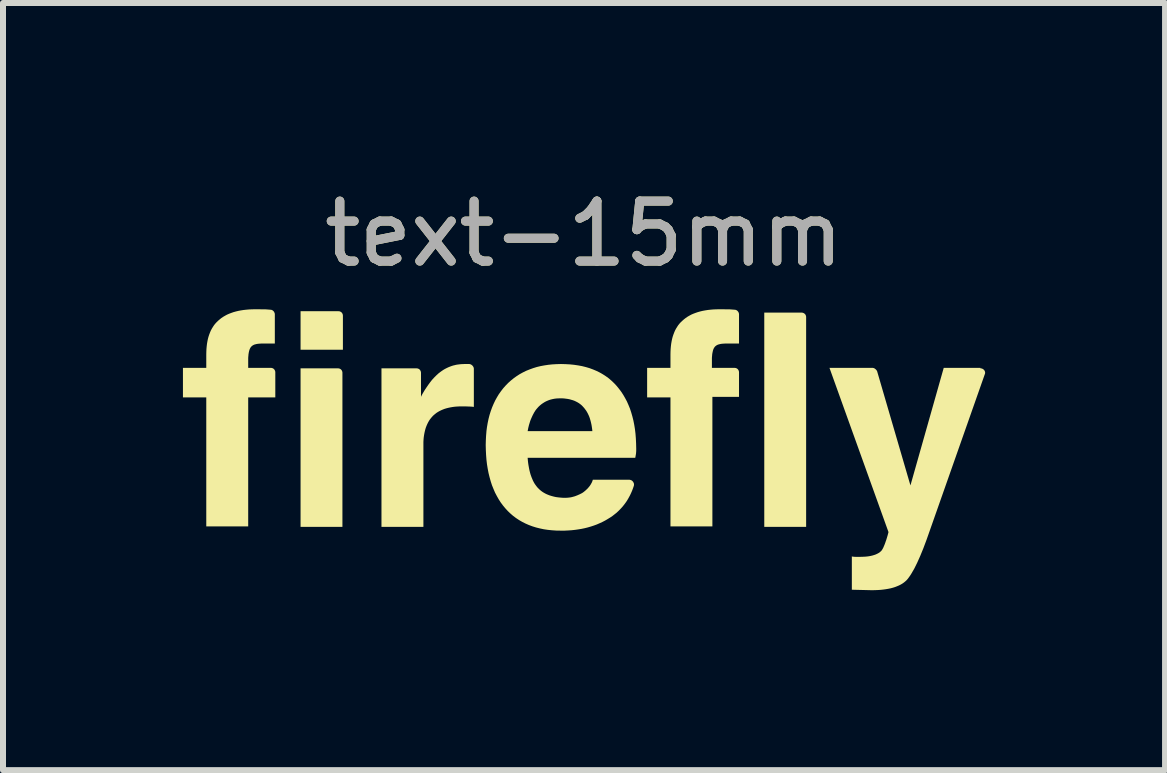
<source format=kicad_pcb>
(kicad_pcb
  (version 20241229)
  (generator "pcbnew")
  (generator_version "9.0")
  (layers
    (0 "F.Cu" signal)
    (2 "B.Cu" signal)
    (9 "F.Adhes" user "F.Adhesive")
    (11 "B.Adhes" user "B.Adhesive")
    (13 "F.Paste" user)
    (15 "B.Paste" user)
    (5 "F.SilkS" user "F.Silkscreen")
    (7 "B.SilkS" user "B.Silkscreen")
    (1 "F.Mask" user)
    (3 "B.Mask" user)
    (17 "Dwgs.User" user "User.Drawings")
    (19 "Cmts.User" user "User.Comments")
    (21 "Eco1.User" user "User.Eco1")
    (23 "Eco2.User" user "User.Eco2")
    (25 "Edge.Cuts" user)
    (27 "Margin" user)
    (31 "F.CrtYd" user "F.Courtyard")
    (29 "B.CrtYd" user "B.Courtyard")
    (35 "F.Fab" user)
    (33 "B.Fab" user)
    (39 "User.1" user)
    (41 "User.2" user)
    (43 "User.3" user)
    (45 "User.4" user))
  (footprint "text-15mm"
    (layer "F.Cu")
    (at 6.687 4.448)
    (property "Reference" "text-15mm" (at 0 -3.6 0) (unlocked yes) (layer "F.SilkS") (effects (font (size 1 1) (thickness 0.15))))
    (attr smd)
    (fp_poly (pts (xy -4.103 -1.357) (xy -4.098 -1.357) (xy -4.094 -1.356) (xy -4.09 -1.356) (xy -4.086 -1.355) (xy -4.082 -1.354) (xy -4.078 -1.353) (xy -4.075 -1.352) (xy -4.071 -1.35) (xy -4.068 -1.348) (xy -4.064 -1.347) (xy -4.061 -1.345) (xy -4.058 -1.343) (xy -4.055 -1.34) (xy -4.052 -1.338) (xy -4.05 -1.335) (xy -4.047 -1.333) (xy -4.045 -1.33) (xy -4.042 -1.327) (xy -4.04 -1.324) (xy -4.038 -1.321) (xy -4.037 -1.317) (xy -4.035 -1.314) (xy -4.034 -1.31) (xy -4.032 -1.307) (xy -4.031 -1.303) (xy -4.03 -1.299) (xy -4.029 -1.295) (xy -4.029 -1.291) (xy -4.028 -1.287) (xy -4.028 -1.282) (xy -4.028 -1.278) (xy -4.028 1.286) (xy -4.726 1.286) (xy -4.726 -1.357) (xy -4.107 -1.357)) (stroke (width 0) (type solid)) (fill yes) (layer "F.SilkS"))
    (fp_poly (pts (xy -4.095 -2.31) (xy -4.091 -2.309) (xy -4.086 -2.309) (xy -4.082 -2.308) (xy -4.078 -2.308) (xy -4.074 -2.307) (xy -4.07 -2.305) (xy -4.067 -2.304) (xy -4.063 -2.303) (xy -4.06 -2.301) (xy -4.056 -2.299) (xy -4.053 -2.297) (xy -4.05 -2.295) (xy -4.047 -2.293) (xy -4.044 -2.291) (xy -4.042 -2.288) (xy -4.039 -2.285) (xy -4.037 -2.282) (xy -4.035 -2.28) (xy -4.032 -2.276) (xy -4.03 -2.273) (xy -4.029 -2.27) (xy -4.027 -2.267) (xy -4.026 -2.263) (xy -4.024 -2.259) (xy -4.023 -2.255) (xy -4.022 -2.252) (xy -4.021 -2.248) (xy -4.021 -2.243) (xy -4.02 -2.239) (xy -4.02 -2.235) (xy -4.02 -2.23) (xy -4.02 -1.667) (xy -4.726 -1.667) (xy -4.726 -2.31) (xy -4.099 -2.31)) (stroke (width 0) (type solid)) (fill yes) (layer "F.SilkS"))
    (fp_poly (pts (xy 3.628 -2.286) (xy 3.633 -2.286) (xy 3.637 -2.285) (xy 3.641 -2.285) (xy 3.645 -2.284) (xy 3.649 -2.283) (xy 3.653 -2.282) (xy 3.656 -2.28) (xy 3.66 -2.279) (xy 3.663 -2.277) (xy 3.667 -2.275) (xy 3.67 -2.273) (xy 3.673 -2.271) (xy 3.676 -2.269) (xy 3.679 -2.267) (xy 3.681 -2.264) (xy 3.684 -2.261) (xy 3.686 -2.259) (xy 3.689 -2.256) (xy 3.691 -2.253) (xy 3.693 -2.249) (xy 3.694 -2.246) (xy 3.696 -2.243) (xy 3.698 -2.239) (xy 3.699 -2.235) (xy 3.7 -2.232) (xy 3.701 -2.228) (xy 3.702 -2.224) (xy 3.702 -2.22) (xy 3.703 -2.215) (xy 3.703 -2.211) (xy 3.703 -2.207) (xy 3.703 1.286) (xy 3.005 1.286) (xy 3.005 -2.286) (xy 3.624 -2.286)) (stroke (width 0) (type solid)) (fill yes) (layer "F.SilkS"))
    (fp_poly (pts (xy 4.81 -1.365) (xy 4.813 -1.365) (xy 4.816 -1.365) (xy 4.818 -1.364) (xy 4.824 -1.363) (xy 4.83 -1.361) (xy 4.836 -1.359) (xy 4.842 -1.356) (xy 4.847 -1.353) (xy 4.852 -1.349) (xy 4.857 -1.345) (xy 4.862 -1.341) (xy 4.867 -1.337) (xy 4.871 -1.332) (xy 4.875 -1.327) (xy 4.879 -1.321) (xy 4.883 -1.316) (xy 4.886 -1.31) (xy 5.442 0.595) (xy 5.997 -1.365) (xy 6.608 -1.365) (xy 6.608 -1.357) (xy 6.614 -1.357) (xy 6.619 -1.357) (xy 6.624 -1.356) (xy 6.628 -1.355) (xy 6.633 -1.353) (xy 6.638 -1.352) (xy 6.642 -1.35) (xy 6.646 -1.348) (xy 6.65 -1.346) (xy 6.654 -1.343) (xy 6.658 -1.34) (xy 6.662 -1.337) (xy 6.665 -1.334) (xy 6.668 -1.331) (xy 6.671 -1.327) (xy 6.674 -1.324) (xy 6.676 -1.32) (xy 6.679 -1.316) (xy 6.681 -1.312) (xy 6.682 -1.308) (xy 6.684 -1.303) (xy 6.685 -1.299) (xy 6.686 -1.295) (xy 6.687 -1.29) (xy 6.687 -1.286) (xy 6.687 -1.281) (xy 6.687 -1.277) (xy 6.686 -1.272) (xy 6.685 -1.268) (xy 6.684 -1.263) (xy 6.682 -1.259) (xy 6.68 -1.254) (xy 5.767 1.341) (xy 5.711 1.5) (xy 5.657 1.644) (xy 5.605 1.771) (xy 5.555 1.883) (xy 5.507 1.98) (xy 5.461 2.06) (xy 5.439 2.095) (xy 5.418 2.125) (xy 5.398 2.152) (xy 5.378 2.175) (xy 5.356 2.195) (xy 5.333 2.214) (xy 5.307 2.232) (xy 5.28 2.248) (xy 5.25 2.263) (xy 5.219 2.276) (xy 5.186 2.289) (xy 5.151 2.3) (xy 5.114 2.31) (xy 5.075 2.318) (xy 5.034 2.325) (xy 4.991 2.331) (xy 4.946 2.336) (xy 4.899 2.339) (xy 4.85 2.341) (xy 4.799 2.342) (xy 4.465 2.334) (xy 4.465 1.778) (xy 4.469 1.779) (xy 4.473 1.781) (xy 4.478 1.782) (xy 4.483 1.783) (xy 4.489 1.783) (xy 4.496 1.784) (xy 4.504 1.785) (xy 4.512 1.785) (xy 4.53 1.786) (xy 4.551 1.786) (xy 4.6 1.786) (xy 4.634 1.785) (xy 4.666 1.784) (xy 4.697 1.782) (xy 4.727 1.779) (xy 4.755 1.775) (xy 4.781 1.77) (xy 4.807 1.764) (xy 4.83 1.757) (xy 4.853 1.75) (xy 4.874 1.741) (xy 4.893 1.732) (xy 4.911 1.722) (xy 4.927 1.712) (xy 4.941 1.7) (xy 4.954 1.688) (xy 4.965 1.675) (xy 4.971 1.665) (xy 4.978 1.654) (xy 4.984 1.642) (xy 4.991 1.629) (xy 4.997 1.614) (xy 5.004 1.598) (xy 5.011 1.581) (xy 5.018 1.563) (xy 5.025 1.543) (xy 5.032 1.522) (xy 5.04 1.5) (xy 5.047 1.477) (xy 5.062 1.427) (xy 5.076 1.373) (xy 4.092 -1.365) (xy 4.807 -1.365)) (stroke (width 0) (type solid)) (fill yes) (layer "F.SilkS"))
    (fp_poly (pts (xy -1.913 -1.429) (xy -1.909 -1.428) (xy -1.905 -1.428) (xy -1.902 -1.427) (xy -1.898 -1.426) (xy -1.894 -1.425) (xy -1.891 -1.423) (xy -1.887 -1.422) (xy -1.884 -1.42) (xy -1.88 -1.418) (xy -1.877 -1.416) (xy -1.874 -1.414) (xy -1.871 -1.412) (xy -1.868 -1.409) (xy -1.865 -1.407) (xy -1.862 -1.404) (xy -1.859 -1.401) (xy -1.857 -1.398) (xy -1.854 -1.395) (xy -1.852 -1.392) (xy -1.85 -1.389) (xy -1.847 -1.385) (xy -1.846 -1.382) (xy -1.844 -1.379) (xy -1.842 -1.375) (xy -1.841 -1.371) (xy -1.84 -1.368) (xy -1.839 -1.364) (xy -1.838 -1.361) (xy -1.838 -1.357) (xy -1.837 -1.353) (xy -1.837 -1.349) (xy -1.837 -0.714) (xy -1.861 -0.717) (xy -1.886 -0.719) (xy -1.911 -0.72) (xy -1.937 -0.721) (xy -1.963 -0.722) (xy -1.99 -0.722) (xy -2.043 -0.722) (xy -2.083 -0.722) (xy -2.121 -0.72) (xy -2.158 -0.717) (xy -2.194 -0.712) (xy -2.228 -0.706) (xy -2.261 -0.699) (xy -2.293 -0.691) (xy -2.323 -0.682) (xy -2.352 -0.671) (xy -2.38 -0.659) (xy -2.407 -0.646) (xy -2.432 -0.632) (xy -2.456 -0.617) (xy -2.478 -0.6) (xy -2.5 -0.582) (xy -2.52 -0.564) (xy -2.538 -0.544) (xy -2.556 -0.522) (xy -2.573 -0.5) (xy -2.588 -0.476) (xy -2.602 -0.451) (xy -2.615 -0.424) (xy -2.627 -0.396) (xy -2.638 -0.367) (xy -2.647 -0.337) (xy -2.655 -0.305) (xy -2.662 -0.272) (xy -2.668 -0.238) (xy -2.673 -0.202) (xy -2.676 -0.165) (xy -2.678 -0.127) (xy -2.678 -0.087) (xy -2.678 1.286) (xy -3.377 1.286) (xy -3.377 -1.357) (xy -2.798 -1.357) (xy -2.793 -1.357) (xy -2.789 -1.357) (xy -2.785 -1.356) (xy -2.78 -1.356) (xy -2.776 -1.355) (xy -2.772 -1.354) (xy -2.769 -1.353) (xy -2.765 -1.352) (xy -2.761 -1.35) (xy -2.758 -1.348) (xy -2.755 -1.347) (xy -2.751 -1.345) (xy -2.748 -1.343) (xy -2.745 -1.34) (xy -2.743 -1.338) (xy -2.74 -1.335) (xy -2.737 -1.333) (xy -2.735 -1.33) (xy -2.733 -1.327) (xy -2.731 -1.324) (xy -2.729 -1.321) (xy -2.727 -1.317) (xy -2.725 -1.314) (xy -2.724 -1.31) (xy -2.723 -1.307) (xy -2.721 -1.303) (xy -2.72 -1.299) (xy -2.72 -1.295) (xy -2.719 -1.291) (xy -2.718 -1.287) (xy -2.718 -1.282) (xy -2.718 -1.278) (xy -2.718 -0.881) (xy -2.714 -0.891) (xy -2.709 -0.902) (xy -2.699 -0.921) (xy -2.688 -0.941) (xy -2.677 -0.959) (xy -2.666 -0.978) (xy -2.655 -0.996) (xy -2.631 -1.032) (xy -2.599 -1.079) (xy -2.566 -1.124) (xy -2.533 -1.166) (xy -2.498 -1.204) (xy -2.462 -1.24) (xy -2.426 -1.273) (xy -2.388 -1.302) (xy -2.349 -1.329) (xy -2.329 -1.341) (xy -2.309 -1.352) (xy -2.289 -1.362) (xy -2.268 -1.372) (xy -2.247 -1.381) (xy -2.226 -1.389) (xy -2.204 -1.397) (xy -2.182 -1.404) (xy -2.16 -1.409) (xy -2.137 -1.415) (xy -2.115 -1.419) (xy -2.091 -1.422) (xy -2.068 -1.425) (xy -2.044 -1.427) (xy -2.02 -1.428) (xy -1.996 -1.429) (xy -1.916 -1.429)) (stroke (width 0) (type solid)) (fill yes) (layer "F.SilkS"))
    (fp_poly (pts (xy -5.379 -2.341) (xy -5.327 -2.341) (xy -5.301 -2.34) (xy -5.275 -2.338) (xy -5.251 -2.336) (xy -5.226 -2.334) (xy -5.223 -2.334) (xy -5.219 -2.333) (xy -5.215 -2.333) (xy -5.212 -2.332) (xy -5.208 -2.331) (xy -5.205 -2.33) (xy -5.202 -2.328) (xy -5.198 -2.327) (xy -5.195 -2.325) (xy -5.192 -2.323) (xy -5.189 -2.321) (xy -5.186 -2.319) (xy -5.184 -2.317) (xy -5.181 -2.314) (xy -5.178 -2.312) (xy -5.176 -2.309) (xy -5.173 -2.306) (xy -5.171 -2.303) (xy -5.169 -2.3) (xy -5.167 -2.297) (xy -5.165 -2.294) (xy -5.164 -2.29) (xy -5.162 -2.287) (xy -5.161 -2.283) (xy -5.159 -2.28) (xy -5.158 -2.276) (xy -5.157 -2.273) (xy -5.156 -2.269) (xy -5.156 -2.265) (xy -5.155 -2.262) (xy -5.155 -2.258) (xy -5.155 -2.254) (xy -5.155 -1.77) (xy -5.369 -1.77) (xy -5.385 -1.77) (xy -5.401 -1.769) (xy -5.416 -1.768) (xy -5.43 -1.767) (xy -5.444 -1.765) (xy -5.457 -1.763) (xy -5.47 -1.76) (xy -5.481 -1.757) (xy -5.493 -1.754) (xy -5.503 -1.75) (xy -5.513 -1.745) (xy -5.522 -1.74) (xy -5.531 -1.734) (xy -5.538 -1.728) (xy -5.545 -1.722) (xy -5.552 -1.714) (xy -5.558 -1.707) (xy -5.563 -1.698) (xy -5.568 -1.689) (xy -5.573 -1.679) (xy -5.577 -1.668) (xy -5.581 -1.656) (xy -5.584 -1.643) (xy -5.588 -1.629) (xy -5.59 -1.615) (xy -5.593 -1.599) (xy -5.595 -1.582) (xy -5.596 -1.565) (xy -5.598 -1.546) (xy -5.599 -1.527) (xy -5.599 -1.506) (xy -5.599 -1.484) (xy -5.599 -1.365) (xy -5.226 -1.365) (xy -5.222 -1.365) (xy -5.218 -1.365) (xy -5.213 -1.364) (xy -5.209 -1.364) (xy -5.205 -1.363) (xy -5.201 -1.362) (xy -5.198 -1.361) (xy -5.194 -1.36) (xy -5.19 -1.358) (xy -5.187 -1.356) (xy -5.184 -1.355) (xy -5.18 -1.353) (xy -5.177 -1.351) (xy -5.174 -1.348) (xy -5.172 -1.346) (xy -5.169 -1.343) (xy -5.166 -1.341) (xy -5.164 -1.338) (xy -5.162 -1.335) (xy -5.16 -1.332) (xy -5.158 -1.329) (xy -5.156 -1.325) (xy -5.154 -1.322) (xy -5.153 -1.318) (xy -5.151 -1.315) (xy -5.15 -1.311) (xy -5.149 -1.307) (xy -5.148 -1.303) (xy -5.148 -1.299) (xy -5.147 -1.295) (xy -5.147 -1.29) (xy -5.147 -1.286) (xy -5.147 -0.873) (xy -5.599 -0.873) (xy -5.599 1.278) (xy -6.298 1.278) (xy -6.298 -0.873) (xy -6.687 -0.873) (xy -6.687 -1.365) (xy -6.298 -1.365) (xy -6.298 -1.587) (xy -6.297 -1.634) (xy -6.295 -1.68) (xy -6.291 -1.724) (xy -6.286 -1.766) (xy -6.279 -1.807) (xy -6.271 -1.846) (xy -6.261 -1.884) (xy -6.249 -1.92) (xy -6.236 -1.954) (xy -6.222 -1.987) (xy -6.205 -2.019) (xy -6.187 -2.048) (xy -6.168 -2.077) (xy -6.147 -2.103) (xy -6.124 -2.128) (xy -6.1 -2.151) (xy -6.073 -2.174) (xy -6.046 -2.196) (xy -6.016 -2.216) (xy -5.985 -2.234) (xy -5.952 -2.252) (xy -5.918 -2.267) (xy -5.881 -2.281) (xy -5.844 -2.294) (xy -5.804 -2.305) (xy -5.763 -2.315) (xy -5.72 -2.323) (xy -5.675 -2.33) (xy -5.629 -2.335) (xy -5.581 -2.339) (xy -5.532 -2.341) (xy -5.48 -2.342) (xy -5.433 -2.342)) (stroke (width 0) (type solid)) (fill yes) (layer "F.SilkS"))
    (fp_poly (pts (xy 2.36 -2.341) (xy 2.412 -2.341) (xy 2.438 -2.34) (xy 2.464 -2.338) (xy 2.489 -2.336) (xy 2.513 -2.334) (xy 2.516 -2.334) (xy 2.52 -2.333) (xy 2.524 -2.333) (xy 2.527 -2.332) (xy 2.531 -2.331) (xy 2.534 -2.33) (xy 2.537 -2.328) (xy 2.541 -2.327) (xy 2.544 -2.325) (xy 2.547 -2.323) (xy 2.55 -2.321) (xy 2.553 -2.319) (xy 2.556 -2.317) (xy 2.558 -2.314) (xy 2.561 -2.312) (xy 2.563 -2.309) (xy 2.566 -2.306) (xy 2.568 -2.303) (xy 2.57 -2.3) (xy 2.572 -2.297) (xy 2.574 -2.294) (xy 2.576 -2.29) (xy 2.577 -2.287) (xy 2.579 -2.283) (xy 2.58 -2.28) (xy 2.581 -2.276) (xy 2.582 -2.273) (xy 2.583 -2.269) (xy 2.583 -2.265) (xy 2.584 -2.262) (xy 2.584 -2.258) (xy 2.584 -2.254) (xy 2.584 -1.77) (xy 2.362 -1.77) (xy 2.346 -1.77) (xy 2.33 -1.769) (xy 2.315 -1.768) (xy 2.301 -1.767) (xy 2.287 -1.765) (xy 2.274 -1.763) (xy 2.262 -1.76) (xy 2.25 -1.757) (xy 2.239 -1.754) (xy 2.228 -1.75) (xy 2.218 -1.745) (xy 2.209 -1.74) (xy 2.2 -1.734) (xy 2.193 -1.728) (xy 2.186 -1.722) (xy 2.179 -1.714) (xy 2.174 -1.707) (xy 2.168 -1.698) (xy 2.163 -1.689) (xy 2.158 -1.679) (xy 2.154 -1.668) (xy 2.15 -1.656) (xy 2.147 -1.643) (xy 2.144 -1.629) (xy 2.141 -1.615) (xy 2.138 -1.599) (xy 2.136 -1.582) (xy 2.135 -1.565) (xy 2.133 -1.546) (xy 2.132 -1.527) (xy 2.132 -1.506) (xy 2.132 -1.484) (xy 2.132 -1.365) (xy 2.505 -1.365) (xy 2.509 -1.365) (xy 2.513 -1.365) (xy 2.518 -1.364) (xy 2.522 -1.364) (xy 2.526 -1.363) (xy 2.53 -1.362) (xy 2.534 -1.361) (xy 2.537 -1.36) (xy 2.541 -1.358) (xy 2.544 -1.356) (xy 2.548 -1.355) (xy 2.551 -1.353) (xy 2.554 -1.351) (xy 2.557 -1.348) (xy 2.56 -1.346) (xy 2.562 -1.343) (xy 2.565 -1.341) (xy 2.567 -1.338) (xy 2.569 -1.335) (xy 2.572 -1.332) (xy 2.574 -1.329) (xy 2.575 -1.325) (xy 2.577 -1.322) (xy 2.578 -1.318) (xy 2.58 -1.315) (xy 2.581 -1.311) (xy 2.582 -1.307) (xy 2.583 -1.303) (xy 2.583 -1.299) (xy 2.584 -1.295) (xy 2.584 -1.29) (xy 2.584 -1.286) (xy 2.584 -0.881) (xy 2.14 -0.881) (xy 2.14 1.278) (xy 1.441 1.278) (xy 1.441 -0.873) (xy 1.052 -0.873) (xy 1.052 -1.365) (xy 1.441 -1.365) (xy 1.441 -1.587) (xy 1.442 -1.634) (xy 1.444 -1.68) (xy 1.448 -1.724) (xy 1.453 -1.766) (xy 1.46 -1.807) (xy 1.468 -1.846) (xy 1.478 -1.884) (xy 1.49 -1.92) (xy 1.503 -1.954) (xy 1.517 -1.987) (xy 1.534 -2.019) (xy 1.552 -2.048) (xy 1.571 -2.077) (xy 1.592 -2.103) (xy 1.615 -2.128) (xy 1.64 -2.151) (xy 1.666 -2.174) (xy 1.694 -2.196) (xy 1.723 -2.216) (xy 1.754 -2.234) (xy 1.787 -2.252) (xy 1.821 -2.267) (xy 1.858 -2.281) (xy 1.896 -2.294) (xy 1.935 -2.305) (xy 1.976 -2.315) (xy 2.019 -2.323) (xy 2.064 -2.33) (xy 2.11 -2.335) (xy 2.158 -2.339) (xy 2.207 -2.341) (xy 2.259 -2.342) (xy 2.306 -2.342)) (stroke (width 0) (type solid)) (fill yes) (layer "F.SilkS"))
    (fp_poly (pts (xy -0.31 -1.427) (xy -0.237 -1.423) (xy -0.167 -1.416) (xy -0.099 -1.406) (xy -0.033 -1.394) (xy 0.031 -1.378) (xy 0.092 -1.36) (xy 0.151 -1.338) (xy 0.208 -1.314) (xy 0.263 -1.287) (xy 0.315 -1.257) (xy 0.366 -1.224) (xy 0.414 -1.189) (xy 0.459 -1.15) (xy 0.503 -1.108) (xy 0.544 -1.064) (xy 0.583 -1.016) (xy 0.62 -0.967) (xy 0.654 -0.915) (xy 0.685 -0.861) (xy 0.715 -0.805) (xy 0.741 -0.746) (xy 0.766 -0.685) (xy 0.787 -0.621) (xy 0.806 -0.555) (xy 0.823 -0.487) (xy 0.837 -0.416) (xy 0.849 -0.343) (xy 0.858 -0.267) (xy 0.864 -0.188) (xy 0.868 -0.107) (xy 0.87 -0.024) (xy 0.87 0.016) (xy 0.87 0.023) (xy 0.869 0.031) (xy 0.868 0.046) (xy 0.867 0.061) (xy 0.865 0.075) (xy 0.862 0.09) (xy 0.86 0.105) (xy 0.854 0.135) (xy -0.94 0.135) (xy -0.937 0.173) (xy -0.933 0.21) (xy -0.928 0.246) (xy -0.922 0.281) (xy -0.916 0.314) (xy -0.909 0.347) (xy -0.901 0.378) (xy -0.893 0.408) (xy -0.883 0.437) (xy -0.873 0.464) (xy -0.862 0.49) (xy -0.851 0.516) (xy -0.839 0.539) (xy -0.826 0.562) (xy -0.812 0.583) (xy -0.797 0.603) (xy -0.788 0.615) (xy -0.779 0.626) (xy -0.769 0.637) (xy -0.758 0.648) (xy -0.747 0.659) (xy -0.736 0.669) (xy -0.713 0.688) (xy -0.688 0.706) (xy -0.661 0.722) (xy -0.633 0.737) (xy -0.603 0.75) (xy -0.572 0.762) (xy -0.539 0.772) (xy -0.505 0.781) (xy -0.469 0.789) (xy -0.432 0.794) (xy -0.394 0.798) (xy -0.354 0.801) (xy -0.313 0.802) (xy -0.294 0.801) (xy -0.275 0.8) (xy -0.256 0.798) (xy -0.237 0.796) (xy -0.218 0.793) (xy -0.2 0.789) (xy -0.182 0.784) (xy -0.163 0.779) (xy -0.145 0.773) (xy -0.127 0.766) (xy -0.109 0.759) (xy -0.091 0.751) (xy -0.073 0.743) (xy -0.055 0.734) (xy -0.037 0.725) (xy -0.019 0.714) (xy -0.003 0.702) (xy 0.012 0.69) (xy 0.026 0.678) (xy 0.04 0.665) (xy 0.053 0.653) (xy 0.065 0.64) (xy 0.077 0.626) (xy 0.088 0.613) (xy 0.098 0.6) (xy 0.107 0.586) (xy 0.116 0.572) (xy 0.123 0.558) (xy 0.131 0.544) (xy 0.137 0.529) (xy 0.142 0.515) (xy 0.147 0.5) (xy 0.751 0.5) (xy 0.756 0.5) (xy 0.761 0.501) (xy 0.766 0.501) (xy 0.771 0.503) (xy 0.775 0.504) (xy 0.78 0.506) (xy 0.784 0.507) (xy 0.789 0.509) (xy 0.793 0.512) (xy 0.797 0.514) (xy 0.801 0.517) (xy 0.804 0.52) (xy 0.808 0.523) (xy 0.811 0.527) (xy 0.814 0.53) (xy 0.817 0.534) (xy 0.82 0.538) (xy 0.822 0.542) (xy 0.824 0.546) (xy 0.826 0.55) (xy 0.828 0.554) (xy 0.83 0.558) (xy 0.831 0.563) (xy 0.832 0.567) (xy 0.833 0.572) (xy 0.833 0.576) (xy 0.833 0.581) (xy 0.833 0.585) (xy 0.833 0.59) (xy 0.832 0.594) (xy 0.831 0.599) (xy 0.83 0.603) (xy 0.816 0.644) (xy 0.801 0.684) (xy 0.784 0.723) (xy 0.766 0.761) (xy 0.746 0.798) (xy 0.726 0.833) (xy 0.704 0.868) (xy 0.68 0.901) (xy 0.655 0.933) (xy 0.629 0.964) (xy 0.601 0.994) (xy 0.572 1.023) (xy 0.542 1.051) (xy 0.509 1.077) (xy 0.476 1.103) (xy 0.441 1.127) (xy 0.397 1.154) (xy 0.353 1.18) (xy 0.307 1.204) (xy 0.261 1.225) (xy 0.213 1.246) (xy 0.164 1.264) (xy 0.115 1.28) (xy 0.064 1.295) (xy 0.012 1.308) (xy -0.041 1.319) (xy -0.095 1.328) (xy -0.151 1.336) (xy -0.207 1.342) (xy -0.265 1.346) (xy -0.324 1.349) (xy -0.385 1.349) (xy -0.459 1.348) (xy -0.532 1.343) (xy -0.602 1.336) (xy -0.67 1.326) (xy -0.736 1.312) (xy -0.8 1.296) (xy -0.861 1.277) (xy -0.92 1.255) (xy -0.977 1.23) (xy -1.032 1.202) (xy -1.084 1.172) (xy -1.135 1.138) (xy -1.183 1.102) (xy -1.228 1.063) (xy -1.272 1.021) (xy -1.313 0.976) (xy -1.352 0.929) (xy -1.389 0.879) (xy -1.423 0.826) (xy -1.454 0.771) (xy -1.484 0.714) (xy -1.51 0.653) (xy -1.535 0.591) (xy -1.556 0.526) (xy -1.575 0.458) (xy -1.592 0.389) (xy -1.606 0.316) (xy -1.618 0.242) (xy -1.627 0.165) (xy -1.633 0.086) (xy -1.637 0.004) (xy -1.639 -0.079) (xy -1.637 -0.157) (xy -1.633 -0.233) (xy -1.627 -0.307) (xy -1.627 -0.31) (xy -0.94 -0.31) (xy 0.139 -0.31) (xy 0.136 -0.339) (xy 0.132 -0.368) (xy 0.128 -0.395) (xy 0.123 -0.423) (xy 0.117 -0.449) (xy 0.111 -0.474) (xy 0.104 -0.499) (xy 0.097 -0.523) (xy 0.089 -0.546) (xy 0.08 -0.568) (xy 0.07 -0.589) (xy 0.06 -0.61) (xy 0.049 -0.629) (xy 0.038 -0.648) (xy 0.025 -0.666) (xy 0.012 -0.683) (xy 0.004 -0.694) (xy -0.005 -0.704) (xy -0.014 -0.714) (xy -0.023 -0.724) (xy -0.033 -0.734) (xy -0.042 -0.743) (xy -0.053 -0.752) (xy -0.063 -0.76) (xy -0.074 -0.768) (xy -0.085 -0.776) (xy -0.108 -0.79) (xy -0.133 -0.803) (xy -0.158 -0.815) (xy -0.185 -0.825) (xy -0.213 -0.833) (xy -0.241 -0.841) (xy -0.271 -0.847) (xy -0.302 -0.851) (xy -0.334 -0.855) (xy -0.367 -0.857) (xy -0.4 -0.857) (xy -0.433 -0.856) (xy -0.464 -0.854) (xy -0.495 -0.85) (xy -0.525 -0.844) (xy -0.554 -0.837) (xy -0.583 -0.828) (xy -0.61 -0.817) (xy -0.637 -0.805) (xy -0.662 -0.791) (xy -0.687 -0.775) (xy -0.71 -0.759) (xy -0.733 -0.74) (xy -0.755 -0.72) (xy -0.775 -0.698) (xy -0.795 -0.675) (xy -0.813 -0.651) (xy -0.823 -0.634) (xy -0.834 -0.617) (xy -0.843 -0.599) (xy -0.853 -0.581) (xy -0.862 -0.562) (xy -0.871 -0.542) (xy -0.88 -0.522) (xy -0.889 -0.501) (xy -0.897 -0.48) (xy -0.904 -0.457) (xy -0.911 -0.434) (xy -0.918 -0.411) (xy -0.924 -0.387) (xy -0.93 -0.362) (xy -0.935 -0.336) (xy -0.94 -0.31) (xy -1.627 -0.31) (xy -1.618 -0.378) (xy -1.606 -0.448) (xy -1.592 -0.515) (xy -1.575 -0.581) (xy -1.555 -0.644) (xy -1.533 -0.705) (xy -1.508 -0.764) (xy -1.481 -0.821) (xy -1.451 -0.875) (xy -1.419 -0.928) (xy -1.383 -0.978) (xy -1.346 -1.026) (xy -1.305 -1.072) (xy -1.263 -1.115) (xy -1.218 -1.155) (xy -1.171 -1.193) (xy -1.122 -1.228) (xy -1.072 -1.26) (xy -1.019 -1.289) (xy -0.964 -1.316) (xy -0.907 -1.339) (xy -0.849 -1.36) (xy -0.788 -1.379) (xy -0.726 -1.394) (xy -0.661 -1.406) (xy -0.595 -1.416) (xy -0.527 -1.423) (xy -0.456 -1.427) (xy -0.385 -1.429)) (stroke (width 0) (type solid)) (fill yes) (layer "F.SilkS"))
    (fp_text user "${REFERENCE}" (at 0 -3.6 0) (unlocked yes) (layer "F.Fab") (effects (font (size 1 1) (thickness 0.15)))))
  (gr_rect
    (start -3 -3)
    (end 16.374 9.79)
    (stroke (width 0.1) (type default))
    (fill no)
    (layer "Edge.Cuts")))
</source>
